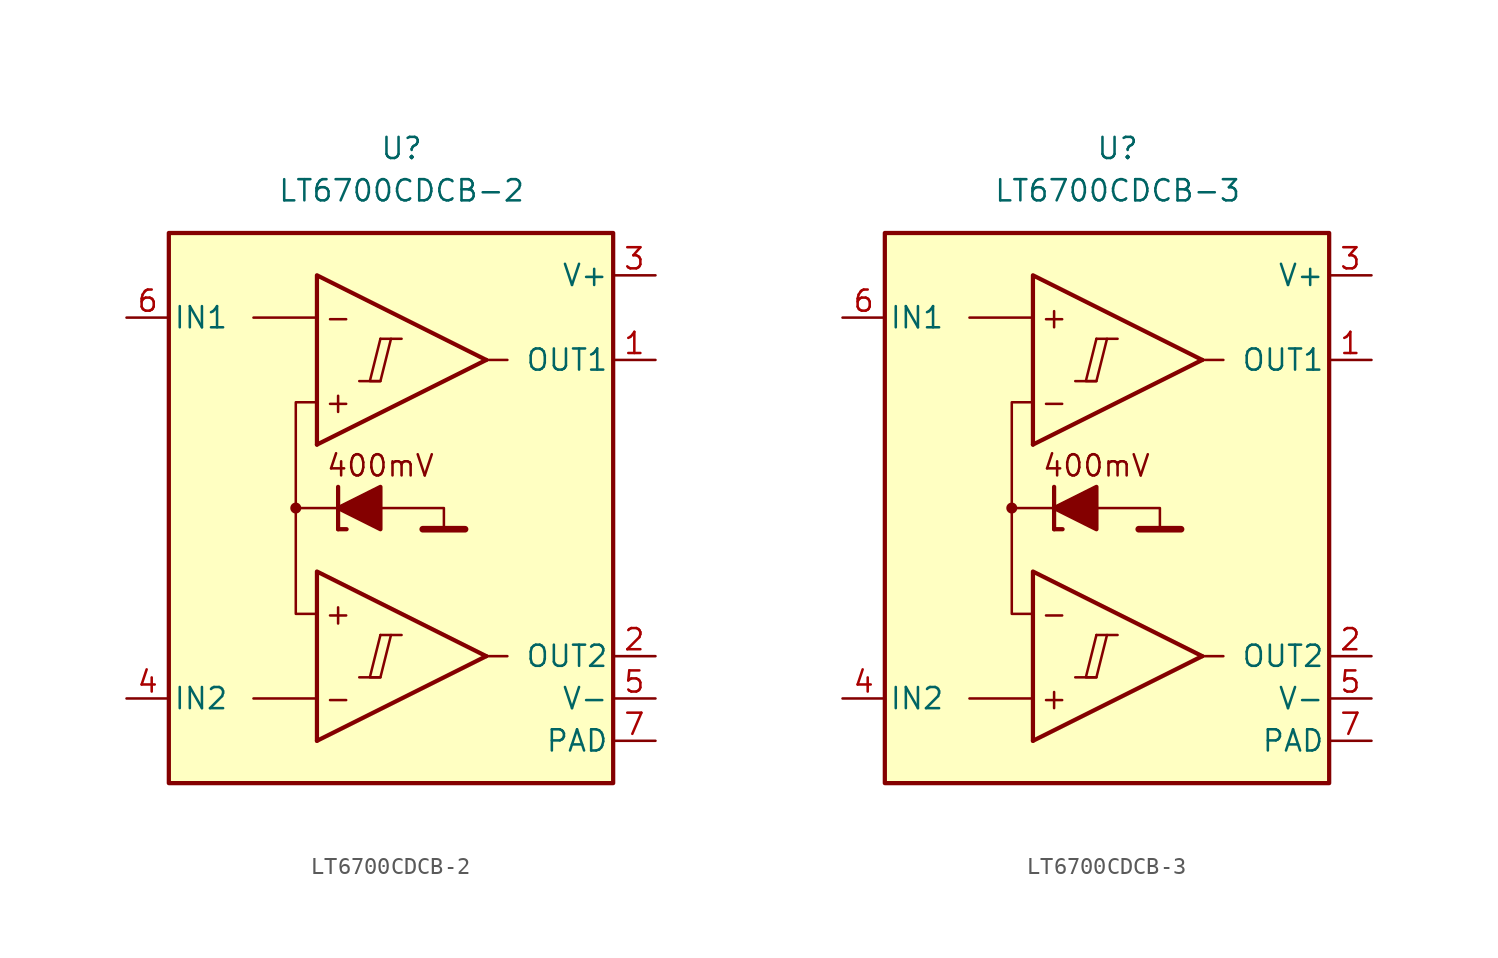
<source format=kicad_sym>
(kicad_symbol_lib
  (version 20231120)
  (generator "kicad_symbol_editor")
  (generator_version "8.0")
  (symbol "LT6700CDCB-2"
    (pin_names
      (offset 0.254))
    (property "Reference" "U"
      (at 0 22.86 0)
      (effects (font (size 1.27 1.27))))
    (property "Value" "LT6700CDCB-2"
      (at 0 20.32 0)
      (effects (font (size 1.27 1.27))))
    (symbol "LT6700CDCB-2_0_0"
      (rectangle (start -13.97 17.78) (end 12.7 -15.24) (stroke (width 0.254) (type default)) (fill (type background)))
      (circle (center -6.35 1.27) (radius 0.254) (stroke (width 0.152) (type default)) (fill (type outline)))
      (polyline (pts (xy -2.54 -8.89) (xy -1.27 -8.89)) (stroke (width 0.152) (type default)) (fill (type none)))
      (polyline (pts (xy -2.54 8.89) (xy -1.27 8.89)) (stroke (width 0.152) (type default)) (fill (type none)))
      (polyline (pts (xy -1.27 -6.35) (xy 0 -6.35)) (stroke (width 0.152) (type default)) (fill (type none)))
      (polyline (pts (xy -1.27 11.43) (xy 0 11.43)) (stroke (width 0.152) (type default)) (fill (type none)))
      (polyline (pts (xy 5.08 -7.62) (xy -5.08 -12.7)) (stroke (width 0.254) (type default)) (fill (type none)))
      (polyline (pts (xy 5.08 10.16) (xy -5.08 5.08)) (stroke (width 0.254) (type default)) (fill (type none)))
      (polyline (pts (xy 5.08 -7.62) (xy -5.08 -2.54) (xy -5.08 -12.7)) (stroke (width 0.254) (type default)) (fill (type background)))
      (polyline (pts (xy 5.08 10.16) (xy -5.08 15.24) (xy -5.08 5.08)) (stroke (width 0.254) (type default)) (fill (type background)))
      (polyline (pts (xy -1.27 -6.35) (xy -1.905 -8.89) (xy -1.27 -8.89) (xy -0.635 -6.35)) (stroke (width 0.152) (type default)) (fill (type none)))
      (polyline (pts (xy -1.27 11.43) (xy -1.905 8.89) (xy -1.27 8.89) (xy -0.635 11.43)) (stroke (width 0.152) (type default)) (fill (type none)))
      (text "+" (at -3.81 -5.08 0) (effects (font (size 1.27 1.27))))
      (text "+" (at -3.81 7.62 0) (effects (font (size 1.27 1.27))))
      (text "-" (at -3.81 -10.16 0) (effects (font (size 1.27 1.27))))
      (text "-" (at -3.81 12.7 0) (effects (font (size 1.27 1.27)))))
    (symbol "LT6700CDCB-2_0_1"
      (polyline (pts (xy -5.08 -10.16) (xy -8.89 -10.16)) (stroke (width 0) (type default)) (fill (type none)))
      (polyline (pts (xy -5.08 12.7) (xy -8.89 12.7)) (stroke (width 0) (type default)) (fill (type none)))
      (polyline (pts (xy -3.81 0) (xy -3.81 2.54)) (stroke (width 0.254) (type default)) (fill (type none)))
      (polyline (pts (xy -3.81 0) (xy -3.302 0)) (stroke (width 0.254) (type default)) (fill (type none)))
      (polyline (pts (xy -3.81 1.27) (xy -6.35 1.27)) (stroke (width 0.152) (type default)) (fill (type none)))
      (polyline (pts (xy 1.27 0) (xy 3.81 0)) (stroke (width 0.4) (type default)) (fill (type none)))
      (polyline (pts (xy 5.08 -7.62) (xy 6.35 -7.62)) (stroke (width 0) (type default)) (fill (type none)))
      (polyline (pts (xy 5.08 10.16) (xy 6.35 10.16)) (stroke (width 0) (type default)) (fill (type none)))
      (polyline (pts (xy -1.27 1.27) (xy 2.54 1.27) (xy 2.54 0)) (stroke (width 0.152) (type default)) (fill (type none)))
      (polyline (pts (xy -5.08 -5.08) (xy -6.35 -5.08) (xy -6.35 7.62) (xy -5.08 7.62)) (stroke (width 0.152) (type default)) (fill (type none)))
      (polyline (pts (xy -1.27 2.54) (xy -1.27 0) (xy -3.81 1.27) (xy -1.27 2.54)) (stroke (width 0.254) (type default)) (fill (type outline))))
    (symbol "LT6700CDCB-2_1_0"
      (text "400mV" (at -1.27 3.81 0) (effects (font (size 1.27 1.27)))))
    (symbol "LT6700CDCB-2_1_1"
      (pin output line (at 15.24 10.16 180) (length 2.54) (name "OUT1" (effects (font (size 1.27 1.27)))) (number "1" (effects (font (size 1.27 1.27)))))
      (pin output line (at 15.24 -7.62 180) (length 2.54) (name "OUT2" (effects (font (size 1.27 1.27)))) (number "2" (effects (font (size 1.27 1.27)))))
      (pin power_in line (at 15.24 15.24 180) (length 2.54) (name "V+" (effects (font (size 1.27 1.27)))) (number "3" (effects (font (size 1.27 1.27)))))
      (pin input line (at -16.51 -10.16 0) (length 2.54) (name "IN2" (effects (font (size 1.27 1.27)))) (number "4" (effects (font (size 1.27 1.27)))))
      (pin power_in line (at 15.24 -10.16 180) (length 2.54) (name "V-" (effects (font (size 1.27 1.27)))) (number "5" (effects (font (size 1.27 1.27)))))
      (pin input line (at -16.51 12.7 0) (length 2.54) (name "IN1" (effects (font (size 1.27 1.27)))) (number "6" (effects (font (size 1.27 1.27)))))
      (pin power_in line (at 15.24 -12.7 180) (length 2.54) (name "PAD" (effects (font (size 1.27 1.27)))) (number "7" (effects (font (size 1.27 1.27)))))))
  (symbol "LT6700CDCB-3"
    (pin_names
      (offset 0.254))
    (property "Reference" "U"
      (at 0 22.86 0)
      (effects (font (size 1.27 1.27))))
    (property "Value" "LT6700CDCB-3"
      (at 0 20.32 0)
      (effects (font (size 1.27 1.27))))
    (symbol "LT6700CDCB-3_0_0"
      (rectangle (start -13.97 17.78) (end 12.7 -15.24) (stroke (width 0.254) (type default)) (fill (type background)))
      (circle (center -6.35 1.27) (radius 0.254) (stroke (width 0.152) (type default)) (fill (type outline)))
      (polyline (pts (xy -2.54 -8.89) (xy -1.27 -8.89)) (stroke (width 0.152) (type default)) (fill (type none)))
      (polyline (pts (xy -2.54 8.89) (xy -1.27 8.89)) (stroke (width 0.152) (type default)) (fill (type none)))
      (polyline (pts (xy -1.27 -6.35) (xy 0 -6.35)) (stroke (width 0.152) (type default)) (fill (type none)))
      (polyline (pts (xy -1.27 11.43) (xy 0 11.43)) (stroke (width 0.152) (type default)) (fill (type none)))
      (polyline (pts (xy 5.08 -7.62) (xy -5.08 -12.7)) (stroke (width 0.254) (type default)) (fill (type none)))
      (polyline (pts (xy 5.08 10.16) (xy -5.08 5.08)) (stroke (width 0.254) (type default)) (fill (type none)))
      (polyline (pts (xy 5.08 -7.62) (xy -5.08 -2.54) (xy -5.08 -12.7)) (stroke (width 0.254) (type default)) (fill (type background)))
      (polyline (pts (xy 5.08 10.16) (xy -5.08 15.24) (xy -5.08 5.08)) (stroke (width 0.254) (type default)) (fill (type background)))
      (polyline (pts (xy -1.27 -6.35) (xy -1.905 -8.89) (xy -1.27 -8.89) (xy -0.635 -6.35)) (stroke (width 0.152) (type default)) (fill (type none)))
      (polyline (pts (xy -1.27 11.43) (xy -1.905 8.89) (xy -1.27 8.89) (xy -0.635 11.43)) (stroke (width 0.152) (type default)) (fill (type none)))
      (text "+" (at -3.81 -10.16 0) (effects (font (size 1.27 1.27))))
      (text "+" (at -3.81 12.7 0) (effects (font (size 1.27 1.27))))
      (text "-" (at -3.81 -5.08 0) (effects (font (size 1.27 1.27))))
      (text "-" (at -3.81 7.62 0) (effects (font (size 1.27 1.27)))))
    (symbol "LT6700CDCB-3_0_1"
      (polyline (pts (xy -5.08 -10.16) (xy -8.89 -10.16)) (stroke (width 0) (type default)) (fill (type none)))
      (polyline (pts (xy -5.08 12.7) (xy -8.89 12.7)) (stroke (width 0) (type default)) (fill (type none)))
      (polyline (pts (xy -3.81 0) (xy -3.81 2.54)) (stroke (width 0.254) (type default)) (fill (type none)))
      (polyline (pts (xy -3.81 0) (xy -3.302 0)) (stroke (width 0.254) (type default)) (fill (type none)))
      (polyline (pts (xy -3.81 1.27) (xy -6.35 1.27)) (stroke (width 0.152) (type default)) (fill (type none)))
      (polyline (pts (xy 1.27 0) (xy 3.81 0)) (stroke (width 0.4) (type default)) (fill (type none)))
      (polyline (pts (xy 5.08 -7.62) (xy 6.35 -7.62)) (stroke (width 0) (type default)) (fill (type none)))
      (polyline (pts (xy 5.08 10.16) (xy 6.35 10.16)) (stroke (width 0) (type default)) (fill (type none)))
      (polyline (pts (xy -1.27 1.27) (xy 2.54 1.27) (xy 2.54 0)) (stroke (width 0.152) (type default)) (fill (type none)))
      (polyline (pts (xy -5.08 -5.08) (xy -6.35 -5.08) (xy -6.35 7.62) (xy -5.08 7.62)) (stroke (width 0.152) (type default)) (fill (type none)))
      (polyline (pts (xy -1.27 2.54) (xy -1.27 0) (xy -3.81 1.27) (xy -1.27 2.54)) (stroke (width 0.254) (type default)) (fill (type outline))))
    (symbol "LT6700CDCB-3_1_0"
      (text "400mV" (at -1.27 3.81 0) (effects (font (size 1.27 1.27)))))
    (symbol "LT6700CDCB-3_1_1"
      (pin output line (at 15.24 10.16 180) (length 2.54) (name "OUT1" (effects (font (size 1.27 1.27)))) (number "1" (effects (font (size 1.27 1.27)))))
      (pin output line (at 15.24 -7.62 180) (length 2.54) (name "OUT2" (effects (font (size 1.27 1.27)))) (number "2" (effects (font (size 1.27 1.27)))))
      (pin power_in line (at 15.24 15.24 180) (length 2.54) (name "V+" (effects (font (size 1.27 1.27)))) (number "3" (effects (font (size 1.27 1.27)))))
      (pin input line (at -16.51 -10.16 0) (length 2.54) (name "IN2" (effects (font (size 1.27 1.27)))) (number "4" (effects (font (size 1.27 1.27)))))
      (pin power_in line (at 15.24 -10.16 180) (length 2.54) (name "V-" (effects (font (size 1.27 1.27)))) (number "5" (effects (font (size 1.27 1.27)))))
      (pin input line (at -16.51 12.7 0) (length 2.54) (name "IN1" (effects (font (size 1.27 1.27)))) (number "6" (effects (font (size 1.27 1.27)))))
      (pin power_in line (at 15.24 -12.7 180) (length 2.54) (name "PAD" (effects (font (size 1.27 1.27)))) (number "7" (effects (font (size 1.27 1.27))))))))
</source>
